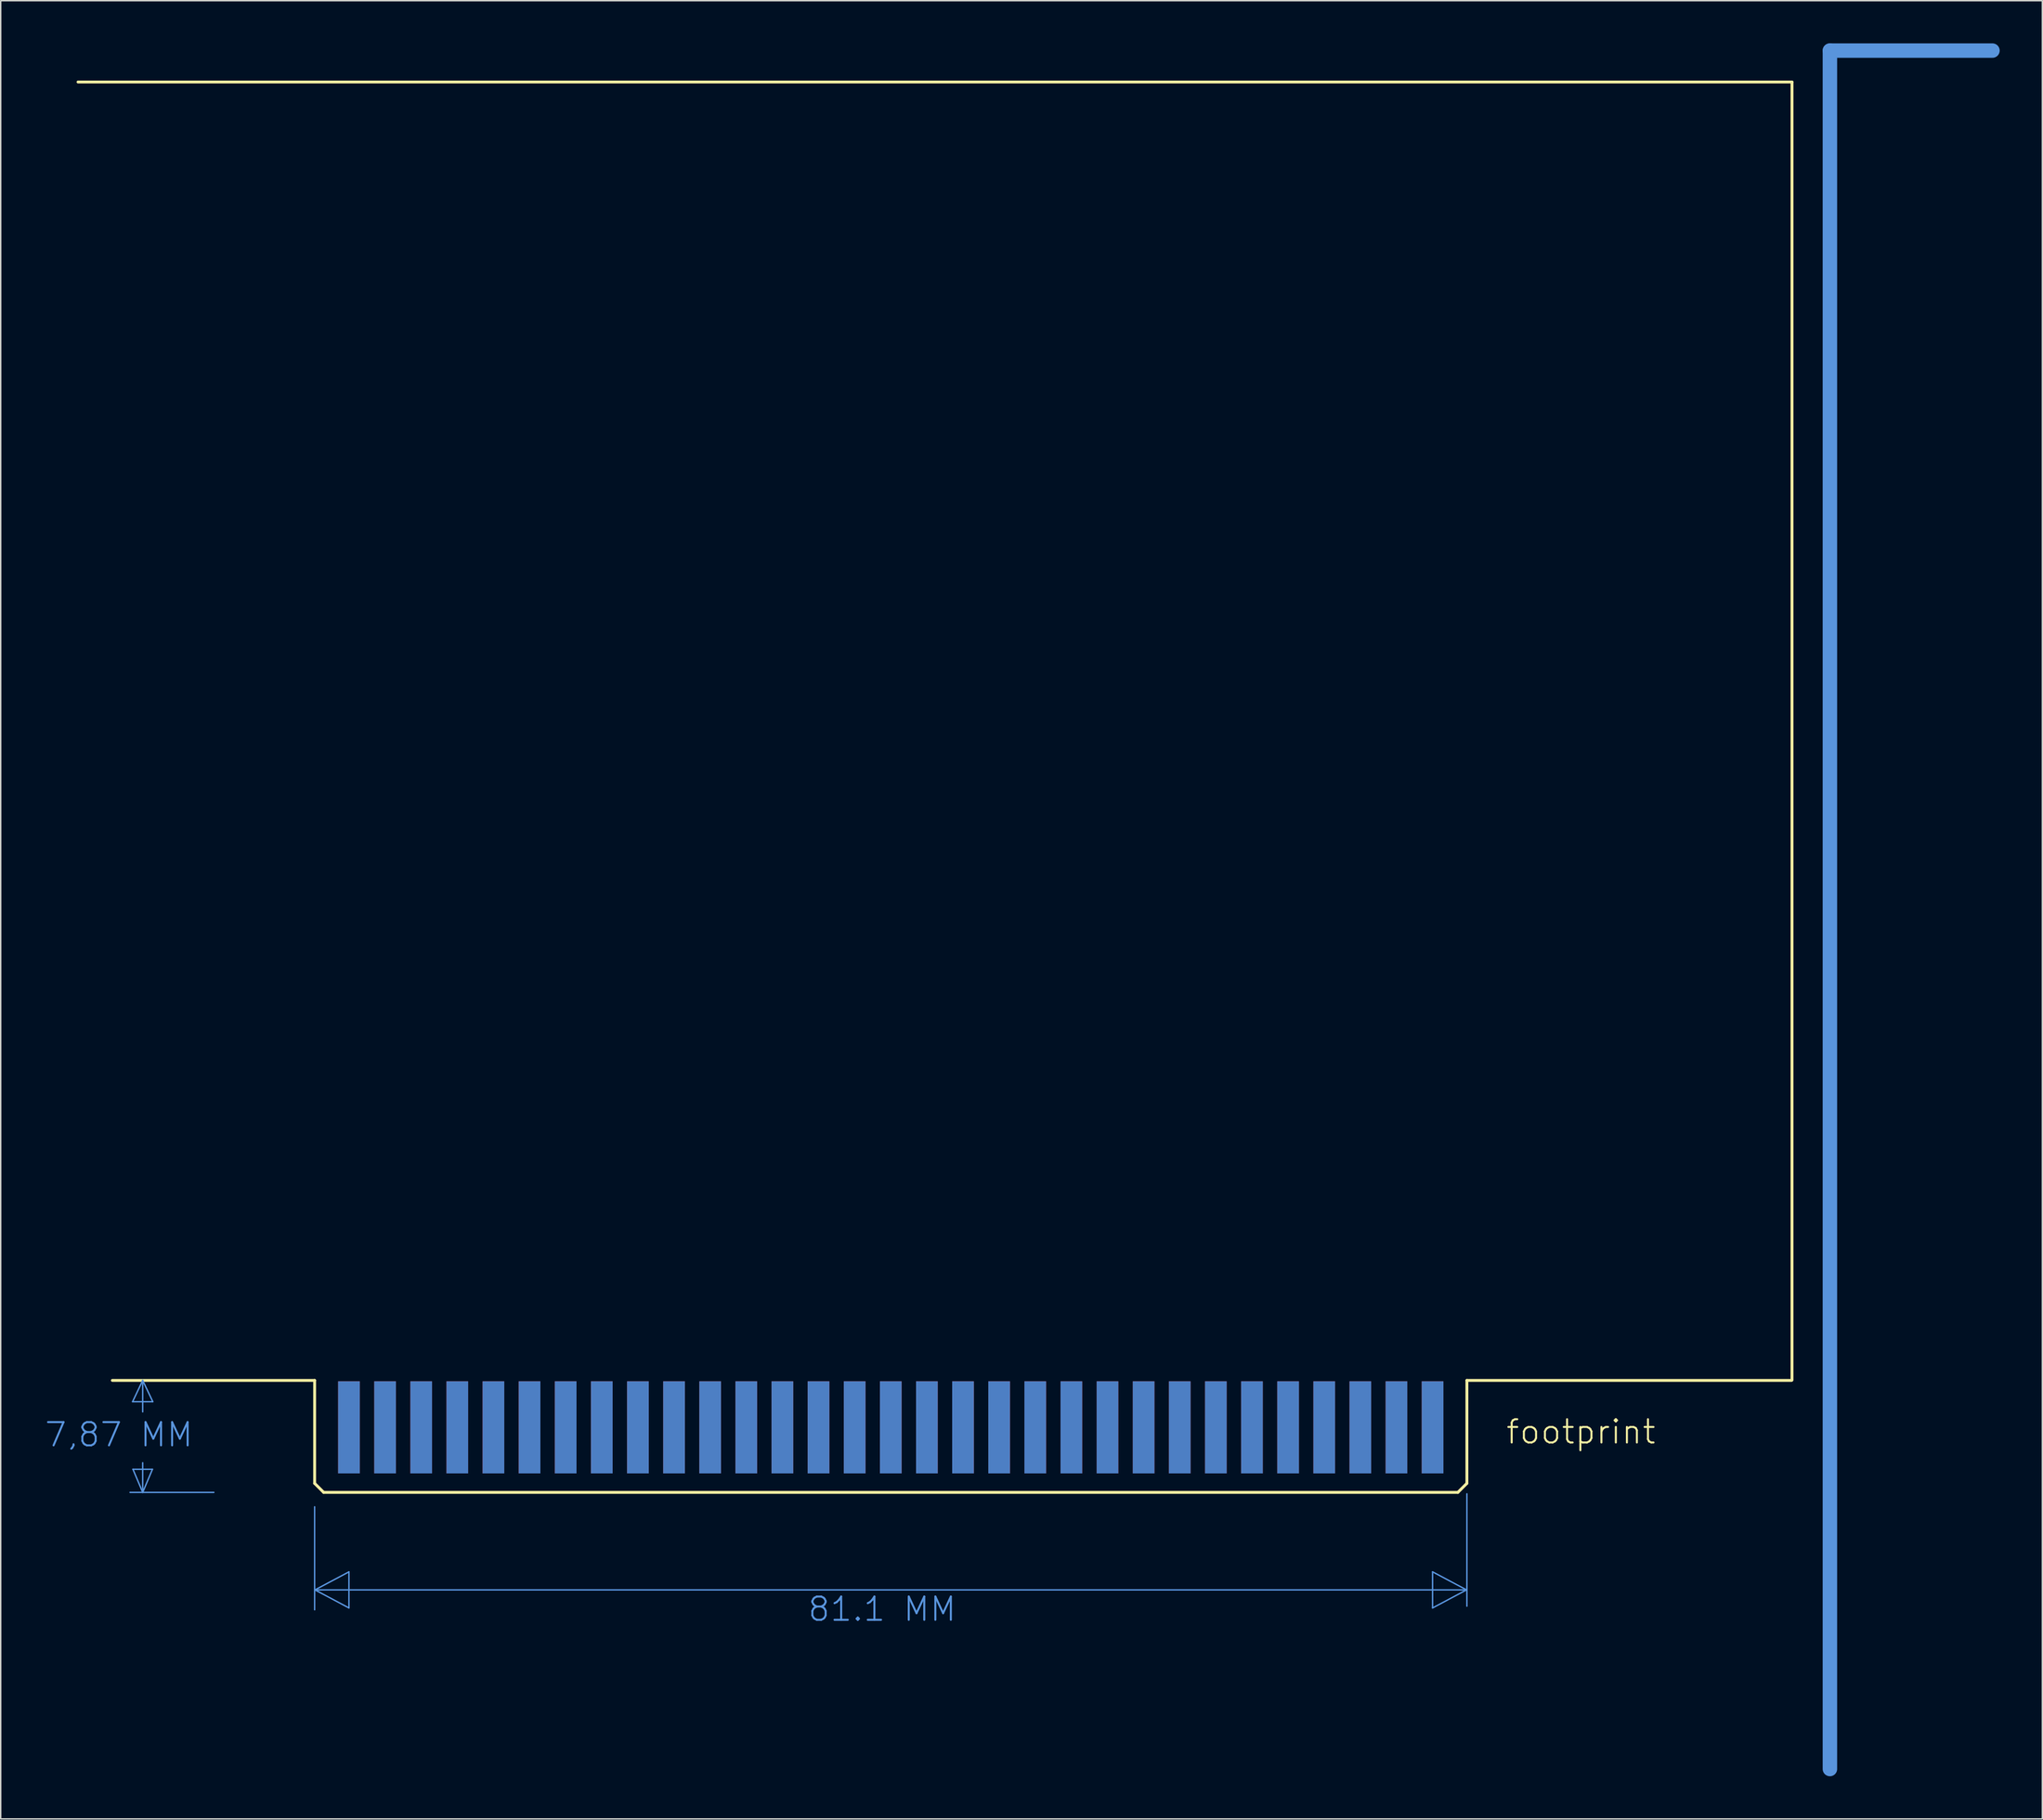
<source format=kicad_pcb>
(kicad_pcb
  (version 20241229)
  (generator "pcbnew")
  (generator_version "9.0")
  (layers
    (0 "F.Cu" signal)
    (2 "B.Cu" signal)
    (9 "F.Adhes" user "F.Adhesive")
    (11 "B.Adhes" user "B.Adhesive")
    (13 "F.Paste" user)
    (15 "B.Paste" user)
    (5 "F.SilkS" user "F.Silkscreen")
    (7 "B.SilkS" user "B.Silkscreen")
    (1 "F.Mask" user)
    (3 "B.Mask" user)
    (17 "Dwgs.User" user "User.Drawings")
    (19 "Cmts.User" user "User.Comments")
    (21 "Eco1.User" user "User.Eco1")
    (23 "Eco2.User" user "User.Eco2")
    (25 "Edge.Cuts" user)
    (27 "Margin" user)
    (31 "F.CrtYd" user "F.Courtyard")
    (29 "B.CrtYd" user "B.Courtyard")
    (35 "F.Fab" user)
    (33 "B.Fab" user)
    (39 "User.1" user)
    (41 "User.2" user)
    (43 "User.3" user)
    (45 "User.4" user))
  (footprint "footprint"
    (layer "F.Cu")
    (at 123.088 102.413)
    (property "Reference" "footprint" (at -20.32 -3.81 0) (layer "F.SilkS") (effects (font (size 1.636 1.636) (thickness 0.142)) (justify left bottom)))
    (fp_line (start -105.41 3.81) (end -16.51 3.81) (stroke (width 1.016) (type solid)) (layer "F.Mask"))
    (fp_line (start -101.6 -2.54) (end -101.6 3.81) (stroke (width 1.016) (type solid)) (layer "F.Mask"))
    (fp_line (start -99.06 -2.54) (end -99.06 3.81) (stroke (width 1.016) (type solid)) (layer "F.Mask"))
    (fp_line (start -96.52 -2.54) (end -96.52 3.81) (stroke (width 1.016) (type solid)) (layer "F.Mask"))
    (fp_line (start -93.98 -2.54) (end -93.98 3.81) (stroke (width 1.016) (type solid)) (layer "F.Mask"))
    (fp_line (start -91.44 -2.54) (end -91.44 3.81) (stroke (width 1.016) (type solid)) (layer "F.Mask"))
    (fp_line (start -88.9 -2.54) (end -88.9 3.81) (stroke (width 1.016) (type solid)) (layer "F.Mask"))
    (fp_line (start -86.36 -2.54) (end -86.36 3.81) (stroke (width 1.016) (type solid)) (layer "F.Mask"))
    (fp_line (start -83.82 -2.54) (end -83.82 3.81) (stroke (width 1.016) (type solid)) (layer "F.Mask"))
    (fp_line (start -81.28 -2.54) (end -81.28 3.81) (stroke (width 1.016) (type solid)) (layer "F.Mask"))
    (fp_line (start -78.74 -2.54) (end -78.74 3.81) (stroke (width 1.016) (type solid)) (layer "F.Mask"))
    (fp_line (start -76.2 -2.54) (end -76.2 3.81) (stroke (width 1.016) (type solid)) (layer "F.Mask"))
    (fp_line (start -73.66 -2.54) (end -73.66 3.81) (stroke (width 1.016) (type solid)) (layer "F.Mask"))
    (fp_line (start -71.12 -2.54) (end -71.12 3.81) (stroke (width 1.016) (type solid)) (layer "F.Mask"))
    (fp_line (start -68.58 -2.54) (end -68.58 3.81) (stroke (width 1.016) (type solid)) (layer "F.Mask"))
    (fp_line (start -66.04 -2.54) (end -66.04 3.81) (stroke (width 1.016) (type solid)) (layer "F.Mask"))
    (fp_line (start -63.5 -2.54) (end -63.5 3.81) (stroke (width 1.016) (type solid)) (layer "F.Mask"))
    (fp_line (start -60.96 -2.54) (end -60.96 3.81) (stroke (width 1.016) (type solid)) (layer "F.Mask"))
    (fp_line (start -58.42 -2.54) (end -58.42 3.81) (stroke (width 1.016) (type solid)) (layer "F.Mask"))
    (fp_line (start -55.88 -2.54) (end -55.88 3.81) (stroke (width 1.016) (type solid)) (layer "F.Mask"))
    (fp_line (start -53.34 -2.54) (end -53.34 3.81) (stroke (width 1.016) (type solid)) (layer "F.Mask"))
    (fp_line (start -50.8 -2.54) (end -50.8 3.81) (stroke (width 1.016) (type solid)) (layer "F.Mask"))
    (fp_line (start -48.26 -2.54) (end -48.26 3.81) (stroke (width 1.016) (type solid)) (layer "F.Mask"))
    (fp_line (start -45.72 -2.54) (end -45.72 3.81) (stroke (width 1.016) (type solid)) (layer "F.Mask"))
    (fp_line (start -43.18 -2.54) (end -43.18 3.81) (stroke (width 1.016) (type solid)) (layer "F.Mask"))
    (fp_line (start -40.64 -2.54) (end -40.64 3.81) (stroke (width 1.016) (type solid)) (layer "F.Mask"))
    (fp_line (start -38.1 -2.54) (end -38.1 3.81) (stroke (width 1.016) (type solid)) (layer "F.Mask"))
    (fp_line (start -35.56 -2.54) (end -35.56 3.81) (stroke (width 1.016) (type solid)) (layer "F.Mask"))
    (fp_line (start -33.02 -2.54) (end -33.02 3.81) (stroke (width 1.016) (type solid)) (layer "F.Mask"))
    (fp_line (start -30.48 -2.54) (end -30.48 3.81) (stroke (width 1.016) (type solid)) (layer "F.Mask"))
    (fp_line (start -27.94 -2.54) (end -27.94 3.81) (stroke (width 1.016) (type solid)) (layer "F.Mask"))
    (fp_line (start -25.4 -2.54) (end -25.4 3.81) (stroke (width 1.016) (type solid)) (layer "F.Mask"))
    (fp_poly (pts (xy -102.362 -1.778) (xy -100.838 -1.778) (xy -100.838 -8.382) (xy -102.362 -8.382)) (stroke (width 0) (type solid)) (fill yes) (layer "F.Mask"))
    (fp_poly (pts (xy -99.822 -1.778) (xy -98.298 -1.778) (xy -98.298 -8.382) (xy -99.822 -8.382)) (stroke (width 0) (type solid)) (fill yes) (layer "F.Mask"))
    (fp_poly (pts (xy -97.282 -1.778) (xy -95.758 -1.778) (xy -95.758 -8.382) (xy -97.282 -8.382)) (stroke (width 0) (type solid)) (fill yes) (layer "F.Mask"))
    (fp_poly (pts (xy -94.742 -1.778) (xy -93.218 -1.778) (xy -93.218 -8.382) (xy -94.742 -8.382)) (stroke (width 0) (type solid)) (fill yes) (layer "F.Mask"))
    (fp_poly (pts (xy -92.202 -1.778) (xy -90.678 -1.778) (xy -90.678 -8.382) (xy -92.202 -8.382)) (stroke (width 0) (type solid)) (fill yes) (layer "F.Mask"))
    (fp_poly (pts (xy -89.662 -1.778) (xy -88.138 -1.778) (xy -88.138 -8.382) (xy -89.662 -8.382)) (stroke (width 0) (type solid)) (fill yes) (layer "F.Mask"))
    (fp_poly (pts (xy -87.122 -1.778) (xy -85.598 -1.778) (xy -85.598 -8.382) (xy -87.122 -8.382)) (stroke (width 0) (type solid)) (fill yes) (layer "F.Mask"))
    (fp_poly (pts (xy -84.582 -1.778) (xy -83.058 -1.778) (xy -83.058 -8.382) (xy -84.582 -8.382)) (stroke (width 0) (type solid)) (fill yes) (layer "F.Mask"))
    (fp_poly (pts (xy -82.042 -1.778) (xy -80.518 -1.778) (xy -80.518 -8.382) (xy -82.042 -8.382)) (stroke (width 0) (type solid)) (fill yes) (layer "F.Mask"))
    (fp_poly (pts (xy -79.502 -1.778) (xy -77.978 -1.778) (xy -77.978 -8.382) (xy -79.502 -8.382)) (stroke (width 0) (type solid)) (fill yes) (layer "F.Mask"))
    (fp_poly (pts (xy -76.962 -1.778) (xy -75.438 -1.778) (xy -75.438 -8.382) (xy -76.962 -8.382)) (stroke (width 0) (type solid)) (fill yes) (layer "F.Mask"))
    (fp_poly (pts (xy -74.422 -1.778) (xy -72.898 -1.778) (xy -72.898 -8.382) (xy -74.422 -8.382)) (stroke (width 0) (type solid)) (fill yes) (layer "F.Mask"))
    (fp_poly (pts (xy -71.882 -1.778) (xy -70.358 -1.778) (xy -70.358 -8.382) (xy -71.882 -8.382)) (stroke (width 0) (type solid)) (fill yes) (layer "F.Mask"))
    (fp_poly (pts (xy -69.342 -1.778) (xy -67.818 -1.778) (xy -67.818 -8.382) (xy -69.342 -8.382)) (stroke (width 0) (type solid)) (fill yes) (layer "F.Mask"))
    (fp_poly (pts (xy -66.802 -1.778) (xy -65.278 -1.778) (xy -65.278 -8.382) (xy -66.802 -8.382)) (stroke (width 0) (type solid)) (fill yes) (layer "F.Mask"))
    (fp_poly (pts (xy -64.262 -1.778) (xy -62.738 -1.778) (xy -62.738 -8.382) (xy -64.262 -8.382)) (stroke (width 0) (type solid)) (fill yes) (layer "F.Mask"))
    (fp_poly (pts (xy -61.722 -1.778) (xy -60.198 -1.778) (xy -60.198 -8.382) (xy -61.722 -8.382)) (stroke (width 0) (type solid)) (fill yes) (layer "F.Mask"))
    (fp_poly (pts (xy -59.182 -1.778) (xy -57.658 -1.778) (xy -57.658 -8.382) (xy -59.182 -8.382)) (stroke (width 0) (type solid)) (fill yes) (layer "F.Mask"))
    (fp_poly (pts (xy -56.642 -1.778) (xy -55.118 -1.778) (xy -55.118 -8.382) (xy -56.642 -8.382)) (stroke (width 0) (type solid)) (fill yes) (layer "F.Mask"))
    (fp_poly (pts (xy -54.102 -1.778) (xy -52.578 -1.778) (xy -52.578 -8.382) (xy -54.102 -8.382)) (stroke (width 0) (type solid)) (fill yes) (layer "F.Mask"))
    (fp_poly (pts (xy -51.562 -1.778) (xy -50.038 -1.778) (xy -50.038 -8.382) (xy -51.562 -8.382)) (stroke (width 0) (type solid)) (fill yes) (layer "F.Mask"))
    (fp_poly (pts (xy -49.022 -1.778) (xy -47.498 -1.778) (xy -47.498 -8.382) (xy -49.022 -8.382)) (stroke (width 0) (type solid)) (fill yes) (layer "F.Mask"))
    (fp_poly (pts (xy -46.482 -1.778) (xy -44.958 -1.778) (xy -44.958 -8.382) (xy -46.482 -8.382)) (stroke (width 0) (type solid)) (fill yes) (layer "F.Mask"))
    (fp_poly (pts (xy -43.942 -1.778) (xy -42.418 -1.778) (xy -42.418 -8.382) (xy -43.942 -8.382)) (stroke (width 0) (type solid)) (fill yes) (layer "F.Mask"))
    (fp_poly (pts (xy -41.402 -1.778) (xy -39.878 -1.778) (xy -39.878 -8.382) (xy -41.402 -8.382)) (stroke (width 0) (type solid)) (fill yes) (layer "F.Mask"))
    (fp_poly (pts (xy -38.862 -1.778) (xy -37.338 -1.778) (xy -37.338 -8.382) (xy -38.862 -8.382)) (stroke (width 0) (type solid)) (fill yes) (layer "F.Mask"))
    (fp_poly (pts (xy -36.322 -1.778) (xy -34.798 -1.778) (xy -34.798 -8.382) (xy -36.322 -8.382)) (stroke (width 0) (type solid)) (fill yes) (layer "F.Mask"))
    (fp_poly (pts (xy -33.782 -1.778) (xy -32.258 -1.778) (xy -32.258 -8.382) (xy -33.782 -8.382)) (stroke (width 0) (type solid)) (fill yes) (layer "F.Mask"))
    (fp_poly (pts (xy -31.242 -1.778) (xy -29.718 -1.778) (xy -29.718 -8.382) (xy -31.242 -8.382)) (stroke (width 0) (type solid)) (fill yes) (layer "F.Mask"))
    (fp_poly (pts (xy -28.702 -1.778) (xy -27.178 -1.778) (xy -27.178 -8.382) (xy -28.702 -8.382)) (stroke (width 0) (type solid)) (fill yes) (layer "F.Mask"))
    (fp_poly (pts (xy -26.162 -1.778) (xy -24.638 -1.778) (xy -24.638 -8.382) (xy -26.162 -8.382)) (stroke (width 0) (type solid)) (fill yes) (layer "F.Mask"))
    (fp_line (start -105.41 3.81) (end -16.51 3.81) (stroke (width 1.016) (type solid)) (layer "B.Mask"))
    (fp_line (start -101.6 -2.54) (end -101.6 3.81) (stroke (width 1.016) (type solid)) (layer "B.Mask"))
    (fp_line (start -99.06 -2.54) (end -99.06 3.81) (stroke (width 1.016) (type solid)) (layer "B.Mask"))
    (fp_line (start -96.52 -2.54) (end -96.52 3.81) (stroke (width 1.016) (type solid)) (layer "B.Mask"))
    (fp_line (start -93.98 -2.54) (end -93.98 3.81) (stroke (width 1.016) (type solid)) (layer "B.Mask"))
    (fp_line (start -91.44 -2.54) (end -91.44 3.81) (stroke (width 1.016) (type solid)) (layer "B.Mask"))
    (fp_line (start -88.9 -2.54) (end -88.9 3.81) (stroke (width 1.016) (type solid)) (layer "B.Mask"))
    (fp_line (start -86.36 -2.54) (end -86.36 3.81) (stroke (width 1.016) (type solid)) (layer "B.Mask"))
    (fp_line (start -83.82 -2.54) (end -83.82 3.81) (stroke (width 1.016) (type solid)) (layer "B.Mask"))
    (fp_line (start -81.28 -2.54) (end -81.28 3.81) (stroke (width 1.016) (type solid)) (layer "B.Mask"))
    (fp_line (start -78.74 -2.54) (end -78.74 3.81) (stroke (width 1.016) (type solid)) (layer "B.Mask"))
    (fp_line (start -76.2 -2.54) (end -76.2 3.81) (stroke (width 1.016) (type solid)) (layer "B.Mask"))
    (fp_line (start -73.66 -2.54) (end -73.66 3.81) (stroke (width 1.016) (type solid)) (layer "B.Mask"))
    (fp_line (start -71.12 -2.54) (end -71.12 3.81) (stroke (width 1.016) (type solid)) (layer "B.Mask"))
    (fp_line (start -68.58 -2.54) (end -68.58 3.81) (stroke (width 1.016) (type solid)) (layer "B.Mask"))
    (fp_line (start -66.04 -2.54) (end -66.04 3.81) (stroke (width 1.016) (type solid)) (layer "B.Mask"))
    (fp_line (start -63.5 -2.54) (end -63.5 3.81) (stroke (width 1.016) (type solid)) (layer "B.Mask"))
    (fp_line (start -60.96 -2.54) (end -60.96 3.81) (stroke (width 1.016) (type solid)) (layer "B.Mask"))
    (fp_line (start -58.42 -2.54) (end -58.42 3.81) (stroke (width 1.016) (type solid)) (layer "B.Mask"))
    (fp_line (start -55.88 -2.54) (end -55.88 3.81) (stroke (width 1.016) (type solid)) (layer "B.Mask"))
    (fp_line (start -53.34 -2.54) (end -53.34 3.81) (stroke (width 1.016) (type solid)) (layer "B.Mask"))
    (fp_line (start -50.8 -2.54) (end -50.8 3.81) (stroke (width 1.016) (type solid)) (layer "B.Mask"))
    (fp_line (start -48.26 -2.54) (end -48.26 3.81) (stroke (width 1.016) (type solid)) (layer "B.Mask"))
    (fp_line (start -45.72 -2.54) (end -45.72 3.81) (stroke (width 1.016) (type solid)) (layer "B.Mask"))
    (fp_line (start -43.18 -2.54) (end -43.18 3.81) (stroke (width 1.016) (type solid)) (layer "B.Mask"))
    (fp_line (start -40.64 -2.54) (end -40.64 3.81) (stroke (width 1.016) (type solid)) (layer "B.Mask"))
    (fp_line (start -38.1 -2.54) (end -38.1 3.81) (stroke (width 1.016) (type solid)) (layer "B.Mask"))
    (fp_line (start -35.56 -2.54) (end -35.56 3.81) (stroke (width 1.016) (type solid)) (layer "B.Mask"))
    (fp_line (start -33.02 -2.54) (end -33.02 3.81) (stroke (width 1.016) (type solid)) (layer "B.Mask"))
    (fp_line (start -30.48 -2.54) (end -30.48 3.81) (stroke (width 1.016) (type solid)) (layer "B.Mask"))
    (fp_line (start -27.94 -2.54) (end -27.94 3.81) (stroke (width 1.016) (type solid)) (layer "B.Mask"))
    (fp_line (start -25.4 -2.54) (end -25.4 3.81) (stroke (width 1.016) (type solid)) (layer "B.Mask"))
    (fp_poly (pts (xy -102.362 -1.778) (xy -100.838 -1.778) (xy -100.838 -8.382) (xy -102.362 -8.382)) (stroke (width 0) (type solid)) (fill yes) (layer "B.Mask"))
    (fp_poly (pts (xy -99.822 -1.778) (xy -98.298 -1.778) (xy -98.298 -8.382) (xy -99.822 -8.382)) (stroke (width 0) (type solid)) (fill yes) (layer "B.Mask"))
    (fp_poly (pts (xy -97.282 -1.778) (xy -95.758 -1.778) (xy -95.758 -8.382) (xy -97.282 -8.382)) (stroke (width 0) (type solid)) (fill yes) (layer "B.Mask"))
    (fp_poly (pts (xy -94.742 -1.778) (xy -93.218 -1.778) (xy -93.218 -8.382) (xy -94.742 -8.382)) (stroke (width 0) (type solid)) (fill yes) (layer "B.Mask"))
    (fp_poly (pts (xy -92.202 -1.778) (xy -90.678 -1.778) (xy -90.678 -8.382) (xy -92.202 -8.382)) (stroke (width 0) (type solid)) (fill yes) (layer "B.Mask"))
    (fp_poly (pts (xy -89.662 -1.778) (xy -88.138 -1.778) (xy -88.138 -8.382) (xy -89.662 -8.382)) (stroke (width 0) (type solid)) (fill yes) (layer "B.Mask"))
    (fp_poly (pts (xy -87.122 -1.778) (xy -85.598 -1.778) (xy -85.598 -8.382) (xy -87.122 -8.382)) (stroke (width 0) (type solid)) (fill yes) (layer "B.Mask"))
    (fp_poly (pts (xy -84.582 -1.778) (xy -83.058 -1.778) (xy -83.058 -8.382) (xy -84.582 -8.382)) (stroke (width 0) (type solid)) (fill yes) (layer "B.Mask"))
    (fp_poly (pts (xy -82.042 -1.778) (xy -80.518 -1.778) (xy -80.518 -8.382) (xy -82.042 -8.382)) (stroke (width 0) (type solid)) (fill yes) (layer "B.Mask"))
    (fp_poly (pts (xy -79.502 -1.778) (xy -77.978 -1.778) (xy -77.978 -8.382) (xy -79.502 -8.382)) (stroke (width 0) (type solid)) (fill yes) (layer "B.Mask"))
    (fp_poly (pts (xy -76.962 -1.778) (xy -75.438 -1.778) (xy -75.438 -8.382) (xy -76.962 -8.382)) (stroke (width 0) (type solid)) (fill yes) (layer "B.Mask"))
    (fp_poly (pts (xy -74.422 -1.778) (xy -72.898 -1.778) (xy -72.898 -8.382) (xy -74.422 -8.382)) (stroke (width 0) (type solid)) (fill yes) (layer "B.Mask"))
    (fp_poly (pts (xy -71.882 -1.778) (xy -70.358 -1.778) (xy -70.358 -8.382) (xy -71.882 -8.382)) (stroke (width 0) (type solid)) (fill yes) (layer "B.Mask"))
    (fp_poly (pts (xy -69.342 -1.778) (xy -67.818 -1.778) (xy -67.818 -8.382) (xy -69.342 -8.382)) (stroke (width 0) (type solid)) (fill yes) (layer "B.Mask"))
    (fp_poly (pts (xy -66.802 -1.778) (xy -65.278 -1.778) (xy -65.278 -8.382) (xy -66.802 -8.382)) (stroke (width 0) (type solid)) (fill yes) (layer "B.Mask"))
    (fp_poly (pts (xy -64.262 -1.778) (xy -62.738 -1.778) (xy -62.738 -8.382) (xy -64.262 -8.382)) (stroke (width 0) (type solid)) (fill yes) (layer "B.Mask"))
    (fp_poly (pts (xy -61.722 -1.778) (xy -60.198 -1.778) (xy -60.198 -8.382) (xy -61.722 -8.382)) (stroke (width 0) (type solid)) (fill yes) (layer "B.Mask"))
    (fp_poly (pts (xy -59.182 -1.778) (xy -57.658 -1.778) (xy -57.658 -8.382) (xy -59.182 -8.382)) (stroke (width 0) (type solid)) (fill yes) (layer "B.Mask"))
    (fp_poly (pts (xy -56.642 -1.778) (xy -55.118 -1.778) (xy -55.118 -8.382) (xy -56.642 -8.382)) (stroke (width 0) (type solid)) (fill yes) (layer "B.Mask"))
    (fp_poly (pts (xy -54.102 -1.778) (xy -52.578 -1.778) (xy -52.578 -8.382) (xy -54.102 -8.382)) (stroke (width 0) (type solid)) (fill yes) (layer "B.Mask"))
    (fp_poly (pts (xy -51.562 -1.778) (xy -50.038 -1.778) (xy -50.038 -8.382) (xy -51.562 -8.382)) (stroke (width 0) (type solid)) (fill yes) (layer "B.Mask"))
    (fp_poly (pts (xy -49.022 -1.778) (xy -47.498 -1.778) (xy -47.498 -8.382) (xy -49.022 -8.382)) (stroke (width 0) (type solid)) (fill yes) (layer "B.Mask"))
    (fp_poly (pts (xy -46.482 -1.778) (xy -44.958 -1.778) (xy -44.958 -8.382) (xy -46.482 -8.382)) (stroke (width 0) (type solid)) (fill yes) (layer "B.Mask"))
    (fp_poly (pts (xy -43.942 -1.778) (xy -42.418 -1.778) (xy -42.418 -8.382) (xy -43.942 -8.382)) (stroke (width 0) (type solid)) (fill yes) (layer "B.Mask"))
    (fp_poly (pts (xy -41.402 -1.778) (xy -39.878 -1.778) (xy -39.878 -8.382) (xy -41.402 -8.382)) (stroke (width 0) (type solid)) (fill yes) (layer "B.Mask"))
    (fp_poly (pts (xy -38.862 -1.778) (xy -37.338 -1.778) (xy -37.338 -8.382) (xy -38.862 -8.382)) (stroke (width 0) (type solid)) (fill yes) (layer "B.Mask"))
    (fp_poly (pts (xy -36.322 -1.778) (xy -34.798 -1.778) (xy -34.798 -8.382) (xy -36.322 -8.382)) (stroke (width 0) (type solid)) (fill yes) (layer "B.Mask"))
    (fp_poly (pts (xy -33.782 -1.778) (xy -32.258 -1.778) (xy -32.258 -8.382) (xy -33.782 -8.382)) (stroke (width 0) (type solid)) (fill yes) (layer "B.Mask"))
    (fp_poly (pts (xy -31.242 -1.778) (xy -29.718 -1.778) (xy -29.718 -8.382) (xy -31.242 -8.382)) (stroke (width 0) (type solid)) (fill yes) (layer "B.Mask"))
    (fp_poly (pts (xy -28.702 -1.778) (xy -27.178 -1.778) (xy -27.178 -8.382) (xy -28.702 -8.382)) (stroke (width 0) (type solid)) (fill yes) (layer "B.Mask"))
    (fp_poly (pts (xy -26.162 -1.778) (xy -24.638 -1.778) (xy -24.638 -8.382) (xy -26.162 -8.382)) (stroke (width 0) (type solid)) (fill yes) (layer "B.Mask"))
    (fp_line (start -104.013 -8.382) (end -118.237 -8.382) (stroke (width 0.203) (type solid)) (layer "F.SilkS"))
    (fp_line (start -104.013 -8.382) (end -104.013 -6.35) (stroke (width 0.152) (type solid)) (layer "F.SilkS"))
    (fp_line (start -104.013 -8.382) (end -104.013 -1.143) (stroke (width 0.203) (type solid)) (layer "F.SilkS"))
    (fp_line (start -103.378 -0.508) (end -104.013 -1.143) (stroke (width 0.203) (type solid)) (layer "F.SilkS"))
    (fp_line (start -23.622 -0.508) (end -103.378 -0.508) (stroke (width 0.203) (type solid)) (layer "F.SilkS"))
    (fp_line (start -22.987 -8.382) (end -22.987 -1.143) (stroke (width 0.203) (type solid)) (layer "F.SilkS"))
    (fp_line (start -22.987 -1.143) (end -23.622 -0.508) (stroke (width 0.203) (type solid)) (layer "F.SilkS"))
    (fp_line (start -0.154 -8.382) (end -22.987 -8.382) (stroke (width 0.203) (type solid)) (layer "F.SilkS"))
    (fp_line (start -0.127 -99.661) (end -0.127 -8.413) (stroke (width 0.203) (type solid)) (layer "F.SilkS"))
    (fp_line (start -0.119 -99.695) (end -120.65 -99.695) (stroke (width 0.203) (type solid)) (layer "F.SilkS"))
    (fp_line (start -116.815 -6.883) (end -115.392 -6.883) (stroke (width 0.1) (type solid)) (layer "Cmts.User"))
    (fp_line (start -116.789 -2.134) (end -116.103 -0.508) (stroke (width 0.1) (type solid)) (layer "Cmts.User"))
    (fp_line (start -116.103 -8.382) (end -116.815 -6.883) (stroke (width 0.1) (type solid)) (layer "Cmts.User"))
    (fp_line (start -116.103 -8.382) (end -116.103 -6.172) (stroke (width 0.1) (type solid)) (layer "Cmts.User"))
    (fp_line (start -116.103 -0.508) (end -116.992 -0.508) (stroke (width 0.1) (type solid)) (layer "Cmts.User"))
    (fp_line (start -116.103 -0.508) (end -116.103 -2.591) (stroke (width 0.1) (type solid)) (layer "Cmts.User"))
    (fp_line (start -116.103 -0.508) (end -115.418 -2.134) (stroke (width 0.1) (type solid)) (layer "Cmts.User"))
    (fp_line (start -115.418 -2.134) (end -116.789 -2.134) (stroke (width 0.1) (type solid)) (layer "Cmts.User"))
    (fp_line (start -115.392 -6.883) (end -116.103 -8.382) (stroke (width 0.1) (type solid)) (layer "Cmts.User"))
    (fp_line (start -111.1 -0.508) (end -116.103 -0.508) (stroke (width 0.1) (type solid)) (layer "Cmts.User"))
    (fp_line (start -104.013 0.508) (end -104.013 7.747) (stroke (width 0.1) (type solid)) (layer "Cmts.User"))
    (fp_line (start -103.988 6.35) (end -101.6 5.08) (stroke (width 0.1) (type solid)) (layer "Cmts.User"))
    (fp_line (start -101.6 5.08) (end -101.6 7.62) (stroke (width 0.1) (type solid)) (layer "Cmts.User"))
    (fp_line (start -101.6 7.62) (end -103.988 6.35) (stroke (width 0.1) (type solid)) (layer "Cmts.User"))
    (fp_line (start -25.4 5.08) (end -25.4 7.62) (stroke (width 0.1) (type solid)) (layer "Cmts.User"))
    (fp_line (start -25.4 7.62) (end -23.012 6.35) (stroke (width 0.1) (type solid)) (layer "Cmts.User"))
    (fp_line (start -23.012 6.35) (end -103.988 6.35) (stroke (width 0.1) (type solid)) (layer "Cmts.User"))
    (fp_line (start -23.012 6.35) (end -25.4 5.08) (stroke (width 0.1) (type solid)) (layer "Cmts.User"))
    (fp_line (start -22.987 -0.406) (end -22.987 7.493) (stroke (width 0.1) (type solid)) (layer "Cmts.User"))
    (fp_line (start 2.54 -101.905) (end 13.97 -101.905) (stroke (width 1.016) (type solid)) (layer "Cmts.User"))
    (fp_line (start 2.54 18.948) (end 2.54 -101.905) (stroke (width 1.016) (type solid)) (layer "Cmts.User"))
    (fp_text user "7,87 MM" (at -123.088 -3.607 0) (layer "Cmts.User") (effects (font (size 1.636 1.636) (thickness 0.142)) (justify left bottom)))
    (fp_text user "81.1 MM" (at -69.418 8.661 0) (layer "Cmts.User") (effects (font (size 1.636 1.636) (thickness 0.142)) (justify left bottom)))
    (pad "A1" smd rect (at -25.4 -5.08) (size 1.524 6.477) (layers "F.Cu" "F.Mask"))
    (pad "A2" smd rect (at -27.94 -5.08) (size 1.524 6.477) (layers "F.Cu" "F.Mask"))
    (pad "A3" smd rect (at -30.48 -5.08) (size 1.524 6.477) (layers "F.Cu" "F.Mask"))
    (pad "A4" smd rect (at -33.02 -5.08) (size 1.524 6.477) (layers "F.Cu" "F.Mask"))
    (pad "A5" smd rect (at -35.56 -5.08) (size 1.524 6.477) (layers "F.Cu" "F.Mask"))
    (pad "A6" smd rect (at -38.1 -5.08) (size 1.524 6.477) (layers "F.Cu" "F.Mask"))
    (pad "A7" smd rect (at -40.64 -5.08) (size 1.524 6.477) (layers "F.Cu" "F.Mask"))
    (pad "A8" smd rect (at -43.18 -5.08) (size 1.524 6.477) (layers "F.Cu" "F.Mask"))
    (pad "A9" smd rect (at -45.72 -5.08) (size 1.524 6.477) (layers "F.Cu" "F.Mask"))
    (pad "A10" smd rect (at -48.26 -5.08) (size 1.524 6.477) (layers "F.Cu" "F.Mask"))
    (pad "A11" smd rect (at -50.8 -5.08) (size 1.524 6.477) (layers "F.Cu" "F.Mask"))
    (pad "A12" smd rect (at -53.34 -5.08) (size 1.524 6.477) (layers "F.Cu" "F.Mask"))
    (pad "A13" smd rect (at -55.88 -5.08) (size 1.524 6.477) (layers "F.Cu" "F.Mask"))
    (pad "A14" smd rect (at -58.42 -5.08) (size 1.524 6.477) (layers "F.Cu" "F.Mask"))
    (pad "A15" smd rect (at -60.96 -5.08) (size 1.524 6.477) (layers "F.Cu" "F.Mask"))
    (pad "A16" smd rect (at -63.5 -5.08) (size 1.524 6.477) (layers "F.Cu" "F.Mask"))
    (pad "A17" smd rect (at -66.04 -5.08) (size 1.524 6.477) (layers "F.Cu" "F.Mask"))
    (pad "A18" smd rect (at -68.58 -5.08) (size 1.524 6.477) (layers "F.Cu" "F.Mask"))
    (pad "A19" smd rect (at -71.12 -5.08) (size 1.524 6.477) (layers "F.Cu" "F.Mask"))
    (pad "A20" smd rect (at -73.66 -5.08) (size 1.524 6.477) (layers "F.Cu" "F.Mask"))
    (pad "A21" smd rect (at -76.2 -5.08) (size 1.524 6.477) (layers "F.Cu" "F.Mask"))
    (pad "A22" smd rect (at -78.74 -5.08) (size 1.524 6.477) (layers "F.Cu" "F.Mask"))
    (pad "A23" smd rect (at -81.28 -5.08) (size 1.524 6.477) (layers "F.Cu" "F.Mask"))
    (pad "A24" smd rect (at -83.82 -5.08) (size 1.524 6.477) (layers "F.Cu" "F.Mask"))
    (pad "A25" smd rect (at -86.36 -5.08) (size 1.524 6.477) (layers "F.Cu" "F.Mask"))
    (pad "A26" smd rect (at -88.9 -5.08) (size 1.524 6.477) (layers "F.Cu" "F.Mask"))
    (pad "A27" smd rect (at -91.44 -5.08) (size 1.524 6.477) (layers "F.Cu" "F.Mask"))
    (pad "A28" smd rect (at -93.98 -5.08) (size 1.524 6.477) (layers "F.Cu" "F.Mask"))
    (pad "A29" smd rect (at -96.52 -5.08) (size 1.524 6.477) (layers "F.Cu" "F.Mask"))
    (pad "A30" smd rect (at -99.06 -5.08) (size 1.524 6.477) (layers "F.Cu" "F.Mask"))
    (pad "A31" smd rect (at -101.6 -5.08) (size 1.524 6.477) (layers "F.Cu" "F.Mask"))
    (pad "B1" smd rect (at -25.4 -5.08) (size 1.524 6.477) (layers "B.Cu" "B.Mask"))
    (pad "B2" smd rect (at -27.94 -5.08) (size 1.524 6.477) (layers "B.Cu" "B.Mask"))
    (pad "B3" smd rect (at -30.48 -5.08) (size 1.524 6.477) (layers "B.Cu" "B.Mask"))
    (pad "B4" smd rect (at -33.02 -5.08) (size 1.524 6.477) (layers "B.Cu" "B.Mask"))
    (pad "B5" smd rect (at -35.56 -5.08) (size 1.524 6.477) (layers "B.Cu" "B.Mask"))
    (pad "B6" smd rect (at -38.1 -5.08) (size 1.524 6.477) (layers "B.Cu" "B.Mask"))
    (pad "B7" smd rect (at -40.64 -5.08) (size 1.524 6.477) (layers "B.Cu" "B.Mask"))
    (pad "B8" smd rect (at -43.18 -5.08) (size 1.524 6.477) (layers "B.Cu" "B.Mask"))
    (pad "B9" smd rect (at -45.72 -5.08) (size 1.524 6.477) (layers "B.Cu" "B.Mask"))
    (pad "B10" smd rect (at -48.26 -5.08) (size 1.524 6.477) (layers "B.Cu" "B.Mask"))
    (pad "B11" smd rect (at -50.8 -5.08) (size 1.524 6.477) (layers "B.Cu" "B.Mask"))
    (pad "B12" smd rect (at -53.34 -5.08) (size 1.524 6.477) (layers "B.Cu" "B.Mask"))
    (pad "B13" smd rect (at -55.88 -5.08) (size 1.524 6.477) (layers "B.Cu" "B.Mask"))
    (pad "B14" smd rect (at -58.42 -5.08) (size 1.524 6.477) (layers "B.Cu" "B.Mask"))
    (pad "B15" smd rect (at -60.96 -5.08) (size 1.524 6.477) (layers "B.Cu" "B.Mask"))
    (pad "B16" smd rect (at -63.5 -5.08) (size 1.524 6.477) (layers "B.Cu" "B.Mask"))
    (pad "B17" smd rect (at -66.04 -5.08) (size 1.524 6.477) (layers "B.Cu" "B.Mask"))
    (pad "B18" smd rect (at -68.58 -5.08) (size 1.524 6.477) (layers "B.Cu" "B.Mask"))
    (pad "B19" smd rect (at -71.12 -5.08) (size 1.524 6.477) (layers "B.Cu" "B.Mask"))
    (pad "B20" smd rect (at -73.66 -5.08) (size 1.524 6.477) (layers "B.Cu" "B.Mask"))
    (pad "B21" smd rect (at -76.2 -5.08) (size 1.524 6.477) (layers "B.Cu" "B.Mask"))
    (pad "B22" smd rect (at -78.74 -5.08) (size 1.524 6.477) (layers "B.Cu" "B.Mask"))
    (pad "B23" smd rect (at -81.28 -5.08) (size 1.524 6.477) (layers "B.Cu" "B.Mask"))
    (pad "B24" smd rect (at -83.82 -5.08) (size 1.524 6.477) (layers "B.Cu" "B.Mask"))
    (pad "B25" smd rect (at -86.36 -5.08) (size 1.524 6.477) (layers "B.Cu" "B.Mask"))
    (pad "B26" smd rect (at -88.9 -5.08) (size 1.524 6.477) (layers "B.Cu" "B.Mask"))
    (pad "B27" smd rect (at -91.44 -5.08) (size 1.524 6.477) (layers "B.Cu" "B.Mask"))
    (pad "B28" smd rect (at -93.98 -5.08) (size 1.524 6.477) (layers "B.Cu" "B.Mask"))
    (pad "B29" smd rect (at -96.52 -5.08) (size 1.524 6.477) (layers "B.Cu" "B.Mask"))
    (pad "B30" smd rect (at -99.06 -5.08) (size 1.524 6.477) (layers "B.Cu" "B.Mask"))
    (pad "B31" smd rect (at -101.6 -5.08) (size 1.524 6.477) (layers "B.Cu" "B.Mask")))
  (gr_rect
    (start -3 -3)
    (end 140.566 124.869)
    (stroke (width 0.1) (type default))
    (fill no)
    (layer "Edge.Cuts")))
</source>
